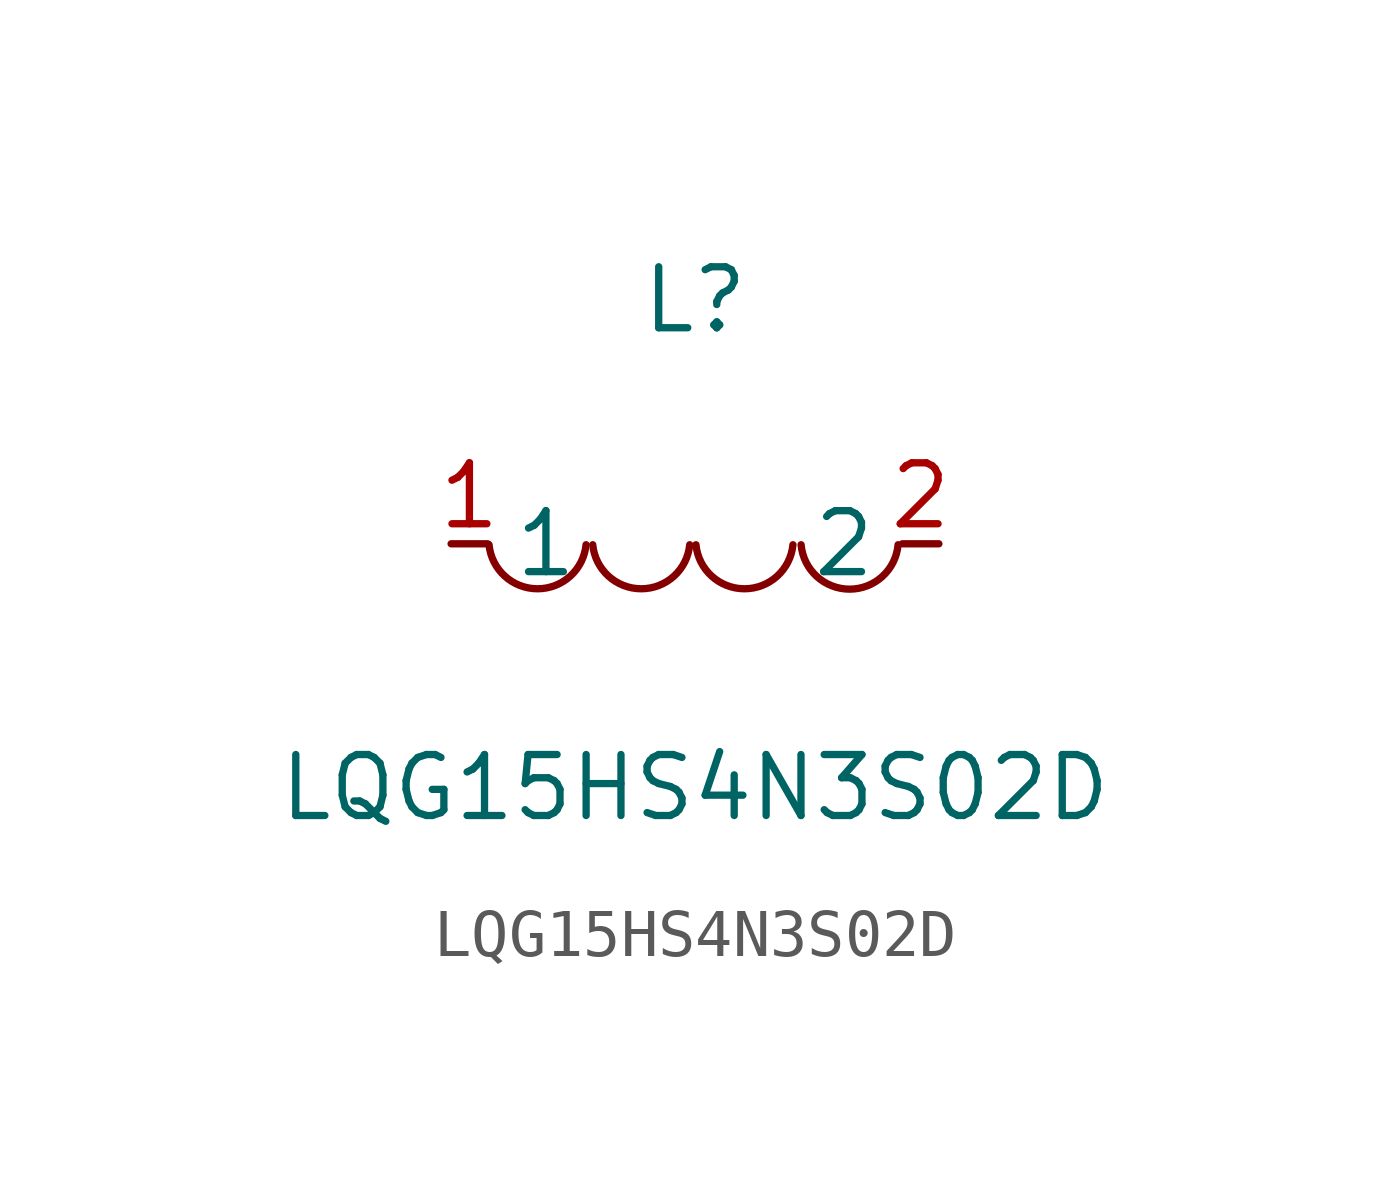
<source format=kicad_sym>
(kicad_symbol_lib
  (version 1)
  (generator "faebryk")
  (symbol "LQG15HS4N3S02D"
    (property "Reference" "L"
      (at 0 5.08 0)
      (effects (font (size 1.27 1.27)) (hide no)))
    (property "Value" "LQG15HS4N3S02D"
      (at 0 -5.08 0)
      (effects (font (size 1.27 1.27)) (hide no)))
    (symbol "LQG15HS4N3S02D_0_1"
      (arc (start -4.29 -0.02) (mid -2.52 -0.79) (end -2.27 -0.02) (stroke (width 0) (type default) (color 0 0 0 0)) (fill (type none)))
      (arc (start -2.13 -0.02) (mid -0.36 -0.79) (end -0.11 -0.02) (stroke (width 0) (type default) (color 0 0 0 0)) (fill (type none)))
      (arc (start 0.02 -0.02) (mid 1.79 -0.79) (end 2.04 -0.02) (stroke (width 0) (type default) (color 0 0 0 0)) (fill (type none)))
      (arc (start 2.21 -0.02) (mid 3.3 -1.12) (end 4.23 -0.02) (stroke (width 0) (type default) (color 0 0 0 0)) (fill (type none)))
      (pin unspecified line (at 5.08 0 180) (length 0.762) (name "2" (effects (font (size 1.27 1.27)) (hide no))) (number "2" (effects (font (size 1.27 1.27)) (hide no))))
      (pin unspecified line (at -5.08 0 0) (length 0.762) (name "1" (effects (font (size 1.27 1.27)) (hide no))) (number "1" (effects (font (size 1.27 1.27)) (hide no)))))))
</source>
